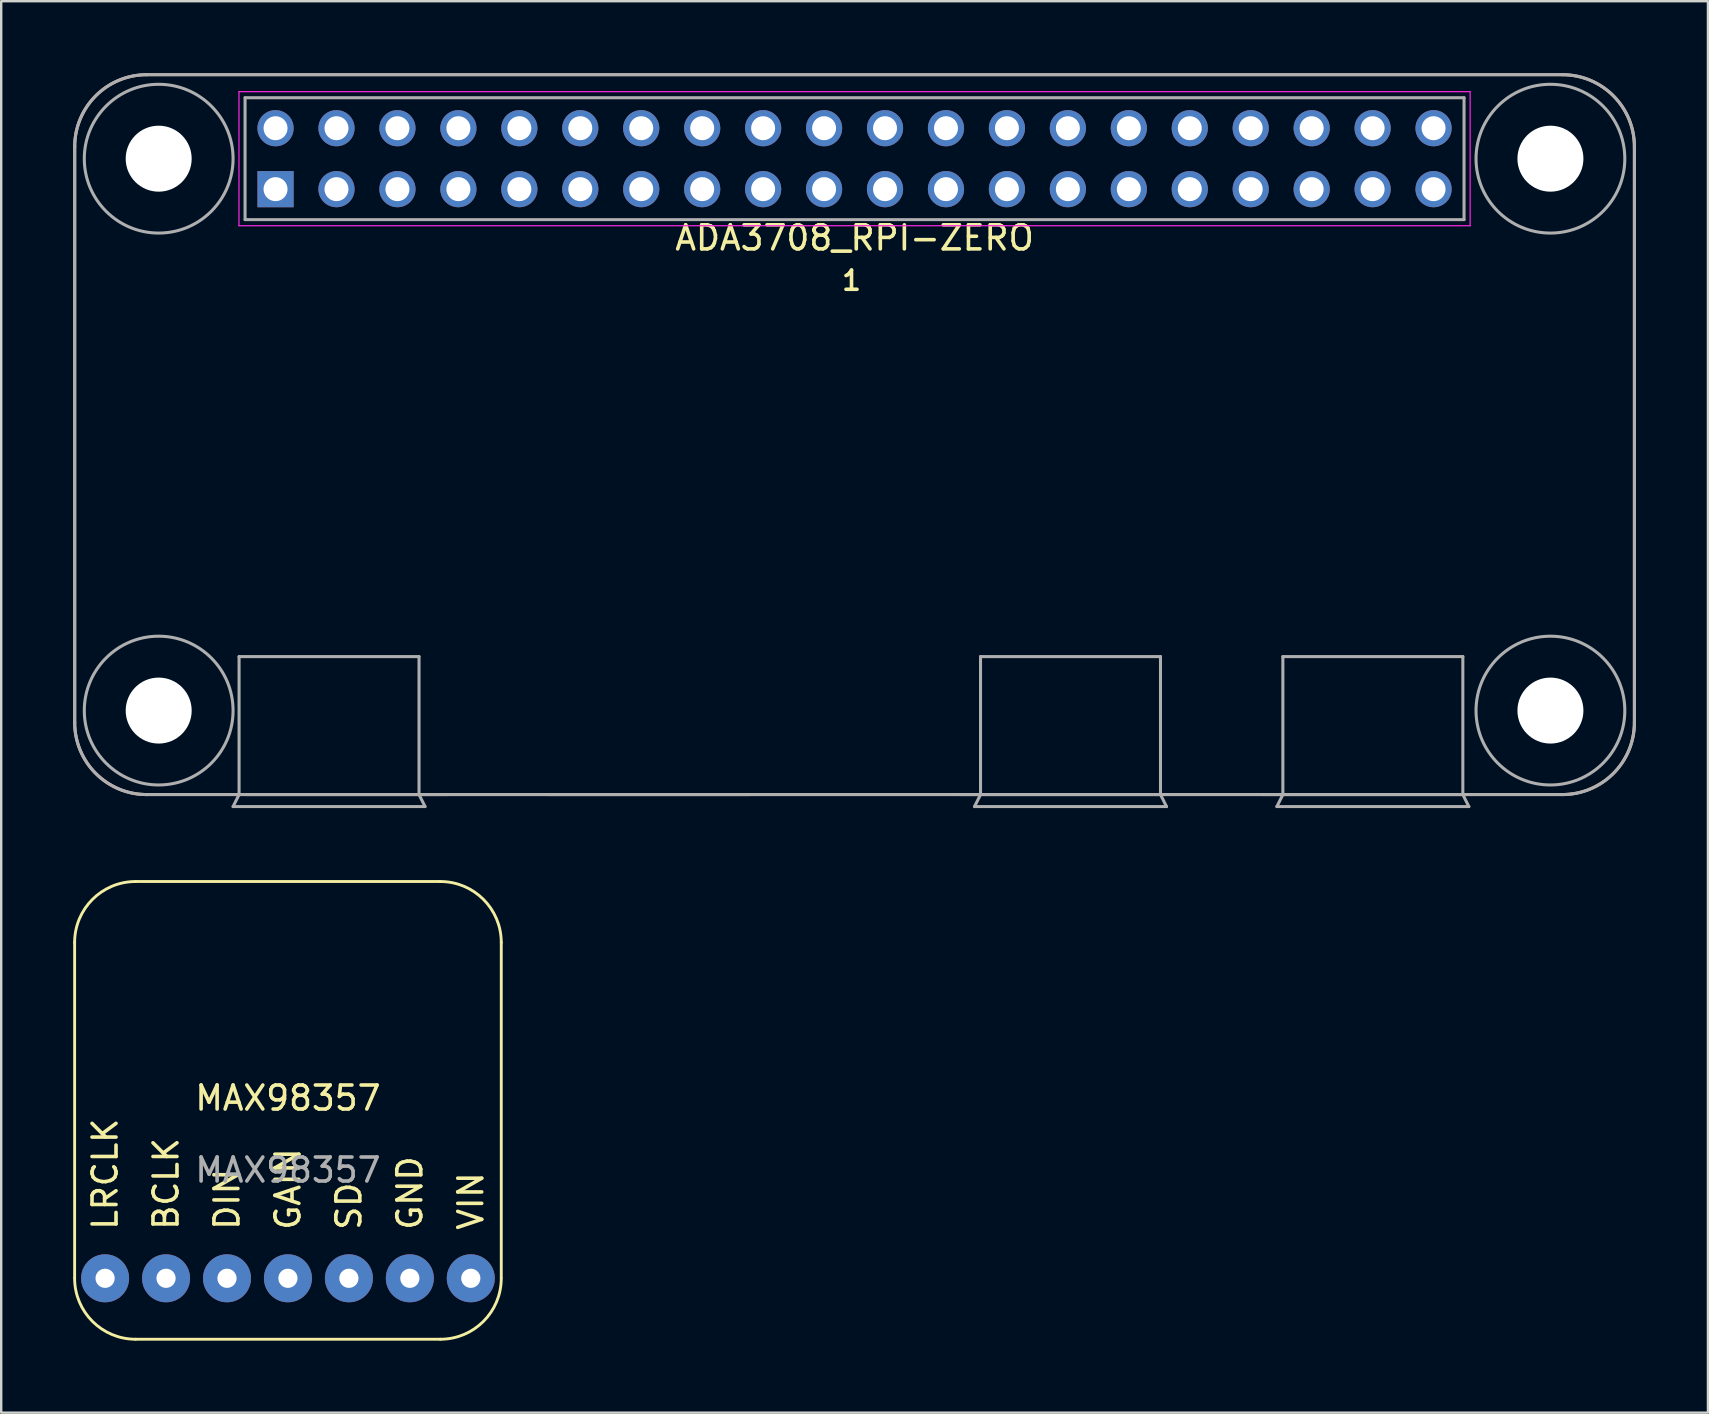
<source format=kicad_pcb>
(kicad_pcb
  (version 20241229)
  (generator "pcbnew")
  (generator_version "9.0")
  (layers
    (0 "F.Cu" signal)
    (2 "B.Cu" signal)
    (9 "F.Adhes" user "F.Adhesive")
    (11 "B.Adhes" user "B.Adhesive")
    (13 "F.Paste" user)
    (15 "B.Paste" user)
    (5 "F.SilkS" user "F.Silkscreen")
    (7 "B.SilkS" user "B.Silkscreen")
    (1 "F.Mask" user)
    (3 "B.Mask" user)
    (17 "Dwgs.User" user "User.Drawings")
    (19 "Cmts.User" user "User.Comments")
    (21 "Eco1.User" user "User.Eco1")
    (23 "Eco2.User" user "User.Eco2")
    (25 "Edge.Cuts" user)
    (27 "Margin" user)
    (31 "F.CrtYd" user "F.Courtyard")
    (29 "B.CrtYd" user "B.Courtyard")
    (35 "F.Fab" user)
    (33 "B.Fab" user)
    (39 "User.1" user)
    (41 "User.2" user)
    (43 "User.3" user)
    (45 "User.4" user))
  (footprint "MAX98357"
    (layer "F.Cu")
    (at 8.95 43.212)
    (property "Reference" "MAX98357" (at 0 -0.5 0) (unlocked yes) (layer "F.SilkS") (effects (font (size 1 1) (thickness 0.15))))
    (attr through_hole)
    (fp_line (start -8.89 6.985) (end -8.89 -6.985) (stroke (width 0.12) (type solid)) (layer "F.SilkS"))
    (fp_line (start -6.35 -9.525) (end 6.35 -9.525) (stroke (width 0.12) (type solid)) (layer "F.SilkS"))
    (fp_line (start -6.35 9.55) (end 6.35 9.55) (stroke (width 0.12) (type solid)) (layer "F.SilkS"))
    (fp_line (start 8.89 6.985) (end 8.89 -6.985) (stroke (width 0.12) (type solid)) (layer "F.SilkS"))
    (fp_arc (start -8.89 -6.985) (mid -8.14605 -8.78105) (end -6.35 -9.525) (stroke (width 0.12) (type solid)) (layer "F.SilkS"))
    (fp_arc (start -6.35 9.5504) (mid -8.14605 8.80645) (end -8.89 7.0104) (stroke (width 0.12) (type solid)) (layer "F.SilkS"))
    (fp_arc (start 6.35 -9.525) (mid 8.146051 -8.781051) (end 8.89 -6.985) (stroke (width 0.12) (type solid)) (layer "F.SilkS"))
    (fp_arc (start 8.89 7.0104) (mid 8.146051 8.806451) (end 6.35 9.5504) (stroke (width 0.12) (type solid)) (layer "F.SilkS"))
    (fp_text user "VIN" (at 7.62 5.08 90) (unlocked yes) (layer "F.SilkS") (effects (font (size 1 1) (thickness 0.15)) (justify left)))
    (fp_text user "BCLK" (at -5.08 5.08 90) (unlocked yes) (layer "F.SilkS") (effects (font (size 1 1) (thickness 0.15)) (justify left)))
    (fp_text user "GAIN" (at 0 5.08 90) (unlocked yes) (layer "F.SilkS") (effects (font (size 1 1) (thickness 0.15)) (justify left)))
    (fp_text user "DIN" (at -2.54 5.08 90) (unlocked yes) (layer "F.SilkS") (effects (font (size 1 1) (thickness 0.15)) (justify left)))
    (fp_text user "LRCLK" (at -7.62 5.08 90) (unlocked yes) (layer "F.SilkS") (effects (font (size 1 1) (thickness 0.15)) (justify left)))
    (fp_text user "SD" (at 2.54 5.08 90) (unlocked yes) (layer "F.SilkS") (effects (font (size 1 1) (thickness 0.15)) (justify left)))
    (fp_text user "GND" (at 5.08 5.08 90) (unlocked yes) (layer "F.SilkS") (effects (font (size 1 1) (thickness 0.15)) (justify left)))
    (fp_text user "${REFERENCE}" (at 0 2.5 0) (unlocked yes) (layer "F.Fab") (effects (font (size 1 1) (thickness 0.15))))
    (pad "1" thru_hole circle (at -7.62 7.01) (size 2 2) (drill 0.8) (layers "*.Cu" "*.Mask"))
    (pad "2" thru_hole circle (at -5.08 7.01) (size 2 2) (drill 0.8) (layers "*.Cu" "*.Mask"))
    (pad "3" thru_hole circle (at -2.54 7.01) (size 2 2) (drill 0.8) (layers "*.Cu" "*.Mask"))
    (pad "4" thru_hole circle (at 0 7.01) (size 2 2) (drill 0.8) (layers "*.Cu" "*.Mask"))
    (pad "5" thru_hole circle (at 2.54 7.01) (size 2 2) (drill 0.8) (layers "*.Cu" "*.Mask"))
    (pad "6" thru_hole circle (at 5.08 7.01) (size 2 2) (drill 0.8) (layers "*.Cu" "*.Mask"))
    (pad "7" thru_hole circle (at 7.62 7.01) (size 2 2) (drill 0.8) (layers "*.Cu" "*.Mask")))
  (footprint "ADA3708_RPI-ZERO"
    (layer "F.Cu")
    (at 32.563 3.563)
    (property "Reference" "ADA3708_RPI-ZERO" (at 0 3.302 0) (layer "F.SilkS") (effects (font (size 1.002 1.002) (thickness 0.15))))
    (attr through_hole)
    (fp_line (start -32.5 23.5) (end -32.5 -0.5) (stroke (width 0.127) (type solid)) (layer "B.SilkS"))
    (fp_line (start -29.5 -3.5) (end 29.5 -3.5) (stroke (width 0.127) (type solid)) (layer "B.SilkS"))
    (fp_line (start -17 26.5) (end -25.35 26.5) (stroke (width 0.127) (type solid)) (layer "B.SilkS"))
    (fp_line (start -4.4 26.5) (end -12.75 26.5) (stroke (width 0.127) (type solid)) (layer "B.SilkS"))
    (fp_line (start 29.5 26.5) (end -29.5 26.5) (stroke (width 0.127) (type solid)) (layer "B.SilkS"))
    (fp_line (start 32.5 -0.5) (end 32.5 23.5) (stroke (width 0.127) (type solid)) (layer "B.SilkS"))
    (fp_arc (start -32.5 -0.5) (mid -31.62132 -2.62132) (end -29.5 -3.5) (stroke (width 0.127) (type solid)) (layer "B.SilkS"))
    (fp_arc (start -29.5 26.5) (mid -31.62132 25.62132) (end -32.5 23.5) (stroke (width 0.127) (type solid)) (layer "B.SilkS"))
    (fp_arc (start 29.5 -3.5) (mid 31.62132 -2.62132) (end 32.5 -0.5) (stroke (width 0.127) (type solid)) (layer "B.SilkS"))
    (fp_arc (start 32.5 23.5) (mid 31.62132 25.62132) (end 29.5 26.5) (stroke (width 0.127) (type solid)) (layer "B.SilkS"))
    (fp_line (start -25.654 -2.794) (end -25.654 2.794) (stroke (width 0.05) (type solid)) (layer "F.CrtYd"))
    (fp_line (start 25.654 -2.794) (end -25.654 -2.794) (stroke (width 0.05) (type solid)) (layer "F.CrtYd"))
    (fp_line (start 25.654 -2.794) (end 25.654 2.794) (stroke (width 0.05) (type solid)) (layer "F.CrtYd"))
    (fp_line (start 25.654 2.794) (end -25.654 2.794) (stroke (width 0.05) (type solid)) (layer "F.CrtYd"))
    (fp_line (start -32.5 -0.5) (end -32.5 23.5) (stroke (width 0.127) (type solid)) (layer "F.Fab"))
    (fp_line (start -29.5 26.5) (end -25.65 26.5) (stroke (width 0.127) (type solid)) (layer "F.Fab"))
    (fp_line (start -25.9 27) (end -17.9 27) (stroke (width 0.127) (type solid)) (layer "F.Fab"))
    (fp_line (start -25.65 20.75) (end -18.15 20.75) (stroke (width 0.127) (type solid)) (layer "F.Fab"))
    (fp_line (start -25.65 26.5) (end -25.9 27) (stroke (width 0.127) (type solid)) (layer "F.Fab"))
    (fp_line (start -25.65 26.5) (end -25.65 20.75) (stroke (width 0.127) (type solid)) (layer "F.Fab"))
    (fp_line (start -25.65 26.5) (end -18.15 26.5) (stroke (width 0.127) (type solid)) (layer "F.Fab"))
    (fp_line (start -25.4 -2.54) (end -25.4 2.54) (stroke (width 0.127) (type solid)) (layer "F.Fab"))
    (fp_line (start -25.4 2.54) (end 25.4 2.54) (stroke (width 0.127) (type solid)) (layer "F.Fab"))
    (fp_line (start -18.15 20.75) (end -18.15 26.5) (stroke (width 0.127) (type solid)) (layer "F.Fab"))
    (fp_line (start -18.15 26.5) (end 29.5 26.5) (stroke (width 0.127) (type solid)) (layer "F.Fab"))
    (fp_line (start -17.9 27) (end -18.15 26.5) (stroke (width 0.127) (type solid)) (layer "F.Fab"))
    (fp_line (start 4.4 26.5) (end 5.25 26.5) (stroke (width 0.127) (type solid)) (layer "F.Fab"))
    (fp_line (start 5 27) (end 13 27) (stroke (width 0.127) (type solid)) (layer "F.Fab"))
    (fp_line (start 5.25 20.75) (end 12.75 20.75) (stroke (width 0.127) (type solid)) (layer "F.Fab"))
    (fp_line (start 5.25 26.5) (end 5 27) (stroke (width 0.127) (type solid)) (layer "F.Fab"))
    (fp_line (start 5.25 26.5) (end 5.25 20.75) (stroke (width 0.127) (type solid)) (layer "F.Fab"))
    (fp_line (start 5.25 26.5) (end 12.75 26.5) (stroke (width 0.127) (type solid)) (layer "F.Fab"))
    (fp_line (start 12.75 20.75) (end 12.75 26.5) (stroke (width 0.127) (type solid)) (layer "F.Fab"))
    (fp_line (start 13 27) (end 12.75 26.5) (stroke (width 0.127) (type solid)) (layer "F.Fab"))
    (fp_line (start 17 26.5) (end 17.85 26.5) (stroke (width 0.127) (type solid)) (layer "F.Fab"))
    (fp_line (start 17.6 27) (end 25.6 27) (stroke (width 0.127) (type solid)) (layer "F.Fab"))
    (fp_line (start 17.85 20.75) (end 25.35 20.75) (stroke (width 0.127) (type solid)) (layer "F.Fab"))
    (fp_line (start 17.85 26.5) (end 17.6 27) (stroke (width 0.127) (type solid)) (layer "F.Fab"))
    (fp_line (start 17.85 26.5) (end 17.85 20.75) (stroke (width 0.127) (type solid)) (layer "F.Fab"))
    (fp_line (start 17.85 26.5) (end 25.35 26.5) (stroke (width 0.127) (type solid)) (layer "F.Fab"))
    (fp_line (start 25.35 20.75) (end 25.35 26.5) (stroke (width 0.127) (type solid)) (layer "F.Fab"))
    (fp_line (start 25.4 -2.54) (end -25.4 -2.54) (stroke (width 0.127) (type solid)) (layer "F.Fab"))
    (fp_line (start 25.4 2.54) (end 25.4 -2.54) (stroke (width 0.127) (type solid)) (layer "F.Fab"))
    (fp_line (start 25.6 27) (end 25.35 26.5) (stroke (width 0.127) (type solid)) (layer "F.Fab"))
    (fp_line (start 29.5 -3.5) (end -29.5 -3.5) (stroke (width 0.127) (type solid)) (layer "F.Fab"))
    (fp_line (start 32.5 23.5) (end 32.5 -0.5) (stroke (width 0.127) (type solid)) (layer "F.Fab"))
    (fp_arc (start -32.5 -0.5) (mid -31.62132 -2.62132) (end -29.5 -3.5) (stroke (width 0.127) (type solid)) (layer "F.Fab"))
    (fp_arc (start -29.5 26.5) (mid -31.62132 25.62132) (end -32.5 23.5) (stroke (width 0.127) (type solid)) (layer "F.Fab"))
    (fp_arc (start 29.5 -3.5) (mid 31.62132 -2.62132) (end 32.5 -0.5) (stroke (width 0.127) (type solid)) (layer "F.Fab"))
    (fp_arc (start 32.5 23.5) (mid 31.62132 25.62132) (end 29.5 26.5) (stroke (width 0.127) (type solid)) (layer "F.Fab"))
    (fp_circle (center -29 0) (end -25.9 0) (stroke (width 0.127) (type solid)) (fill no) (layer "F.Fab"))
    (fp_circle (center -29 23) (end -25.9 23) (stroke (width 0.127) (type solid)) (fill no) (layer "F.Fab"))
    (fp_circle (center 29 0) (end 32.1 0) (stroke (width 0.127) (type solid)) (fill no) (layer "F.Fab"))
    (fp_circle (center 29 23) (end 32.1 23) (stroke (width 0.127) (type solid)) (fill no) (layer "F.Fab"))
    (fp_text user "1" (at -0.127 5.08 0) (layer "F.SilkS") (effects (font (size 0.801 0.801) (thickness 0.15))))
    (pad "" np_thru_hole circle (at -29 0) (size 2.75 2.75) (drill 2.75) (layers "*.Cu" "*.Mask"))
    (pad "" np_thru_hole circle (at -29 23) (size 2.75 2.75) (drill 2.75) (layers "*.Cu" "*.Mask"))
    (pad "" np_thru_hole circle (at 29 0) (size 2.75 2.75) (drill 2.75) (layers "*.Cu" "*.Mask"))
    (pad "" np_thru_hole circle (at 29 23) (size 2.75 2.75) (drill 2.75) (layers "*.Cu" "*.Mask"))
    (pad "1" thru_hole rect (at -24.13 1.27) (size 1.508 1.508) (drill 1) (layers "*.Cu" "*.Mask"))
    (pad "2" thru_hole circle (at -24.13 -1.27) (size 1.508 1.508) (drill 1) (layers "*.Cu" "*.Mask"))
    (pad "3" thru_hole circle (at -21.59 1.27) (size 1.508 1.508) (drill 1) (layers "*.Cu" "*.Mask"))
    (pad "4" thru_hole circle (at -21.59 -1.27) (size 1.508 1.508) (drill 1) (layers "*.Cu" "*.Mask"))
    (pad "5" thru_hole circle (at -19.05 1.27) (size 1.508 1.508) (drill 1) (layers "*.Cu" "*.Mask"))
    (pad "6" thru_hole circle (at -19.05 -1.27) (size 1.508 1.508) (drill 1) (layers "*.Cu" "*.Mask"))
    (pad "7" thru_hole circle (at -16.51 1.27) (size 1.508 1.508) (drill 1) (layers "*.Cu" "*.Mask"))
    (pad "8" thru_hole circle (at -16.51 -1.27) (size 1.508 1.508) (drill 1) (layers "*.Cu" "*.Mask"))
    (pad "9" thru_hole circle (at -13.97 1.27) (size 1.508 1.508) (drill 1) (layers "*.Cu" "*.Mask"))
    (pad "10" thru_hole circle (at -13.97 -1.27) (size 1.508 1.508) (drill 1) (layers "*.Cu" "*.Mask"))
    (pad "11" thru_hole circle (at -11.43 1.27) (size 1.508 1.508) (drill 1) (layers "*.Cu" "*.Mask"))
    (pad "12" thru_hole circle (at -11.43 -1.27) (size 1.508 1.508) (drill 1) (layers "*.Cu" "*.Mask"))
    (pad "13" thru_hole circle (at -8.89 1.27) (size 1.508 1.508) (drill 1) (layers "*.Cu" "*.Mask"))
    (pad "14" thru_hole circle (at -8.89 -1.27) (size 1.508 1.508) (drill 1) (layers "*.Cu" "*.Mask"))
    (pad "15" thru_hole circle (at -6.35 1.27) (size 1.508 1.508) (drill 1) (layers "*.Cu" "*.Mask"))
    (pad "16" thru_hole circle (at -6.35 -1.27) (size 1.508 1.508) (drill 1) (layers "*.Cu" "*.Mask"))
    (pad "17" thru_hole circle (at -3.81 1.27) (size 1.508 1.508) (drill 1) (layers "*.Cu" "*.Mask"))
    (pad "18" thru_hole circle (at -3.81 -1.27) (size 1.508 1.508) (drill 1) (layers "*.Cu" "*.Mask"))
    (pad "19" thru_hole circle (at -1.27 1.27) (size 1.508 1.508) (drill 1) (layers "*.Cu" "*.Mask"))
    (pad "20" thru_hole circle (at -1.27 -1.27) (size 1.508 1.508) (drill 1) (layers "*.Cu" "*.Mask"))
    (pad "21" thru_hole circle (at 1.27 1.27) (size 1.508 1.508) (drill 1) (layers "*.Cu" "*.Mask"))
    (pad "22" thru_hole circle (at 1.27 -1.27) (size 1.508 1.508) (drill 1) (layers "*.Cu" "*.Mask"))
    (pad "23" thru_hole circle (at 3.81 1.27) (size 1.508 1.508) (drill 1) (layers "*.Cu" "*.Mask"))
    (pad "24" thru_hole circle (at 3.81 -1.27) (size 1.508 1.508) (drill 1) (layers "*.Cu" "*.Mask"))
    (pad "25" thru_hole circle (at 6.35 1.27) (size 1.508 1.508) (drill 1) (layers "*.Cu" "*.Mask"))
    (pad "26" thru_hole circle (at 6.35 -1.27) (size 1.508 1.508) (drill 1) (layers "*.Cu" "*.Mask"))
    (pad "27" thru_hole circle (at 8.89 1.27) (size 1.508 1.508) (drill 1) (layers "*.Cu" "*.Mask"))
    (pad "28" thru_hole circle (at 8.89 -1.27) (size 1.508 1.508) (drill 1) (layers "*.Cu" "*.Mask"))
    (pad "29" thru_hole circle (at 11.43 1.27) (size 1.508 1.508) (drill 1) (layers "*.Cu" "*.Mask"))
    (pad "30" thru_hole circle (at 11.43 -1.27) (size 1.508 1.508) (drill 1) (layers "*.Cu" "*.Mask"))
    (pad "31" thru_hole circle (at 13.97 1.27) (size 1.508 1.508) (drill 1) (layers "*.Cu" "*.Mask"))
    (pad "32" thru_hole circle (at 13.97 -1.27) (size 1.508 1.508) (drill 1) (layers "*.Cu" "*.Mask"))
    (pad "33" thru_hole circle (at 16.51 1.27) (size 1.508 1.508) (drill 1) (layers "*.Cu" "*.Mask"))
    (pad "34" thru_hole circle (at 16.51 -1.27) (size 1.508 1.508) (drill 1) (layers "*.Cu" "*.Mask"))
    (pad "35" thru_hole circle (at 19.05 1.27) (size 1.508 1.508) (drill 1) (layers "*.Cu" "*.Mask"))
    (pad "36" thru_hole circle (at 19.05 -1.27) (size 1.508 1.508) (drill 1) (layers "*.Cu" "*.Mask"))
    (pad "37" thru_hole circle (at 21.59 1.27) (size 1.508 1.508) (drill 1) (layers "*.Cu" "*.Mask"))
    (pad "38" thru_hole circle (at 21.59 -1.27) (size 1.508 1.508) (drill 1) (layers "*.Cu" "*.Mask"))
    (pad "39" thru_hole circle (at 24.13 1.27) (size 1.508 1.508) (drill 1) (layers "*.Cu" "*.Mask"))
    (pad "40" thru_hole circle (at 24.13 -1.27) (size 1.508 1.508) (drill 1) (layers "*.Cu" "*.Mask")))
  (gr_rect
    (start -3 -3)
    (end 68.127 55.822)
    (stroke (width 0.1) (type default))
    (fill no)
    (layer "Edge.Cuts")))
</source>
